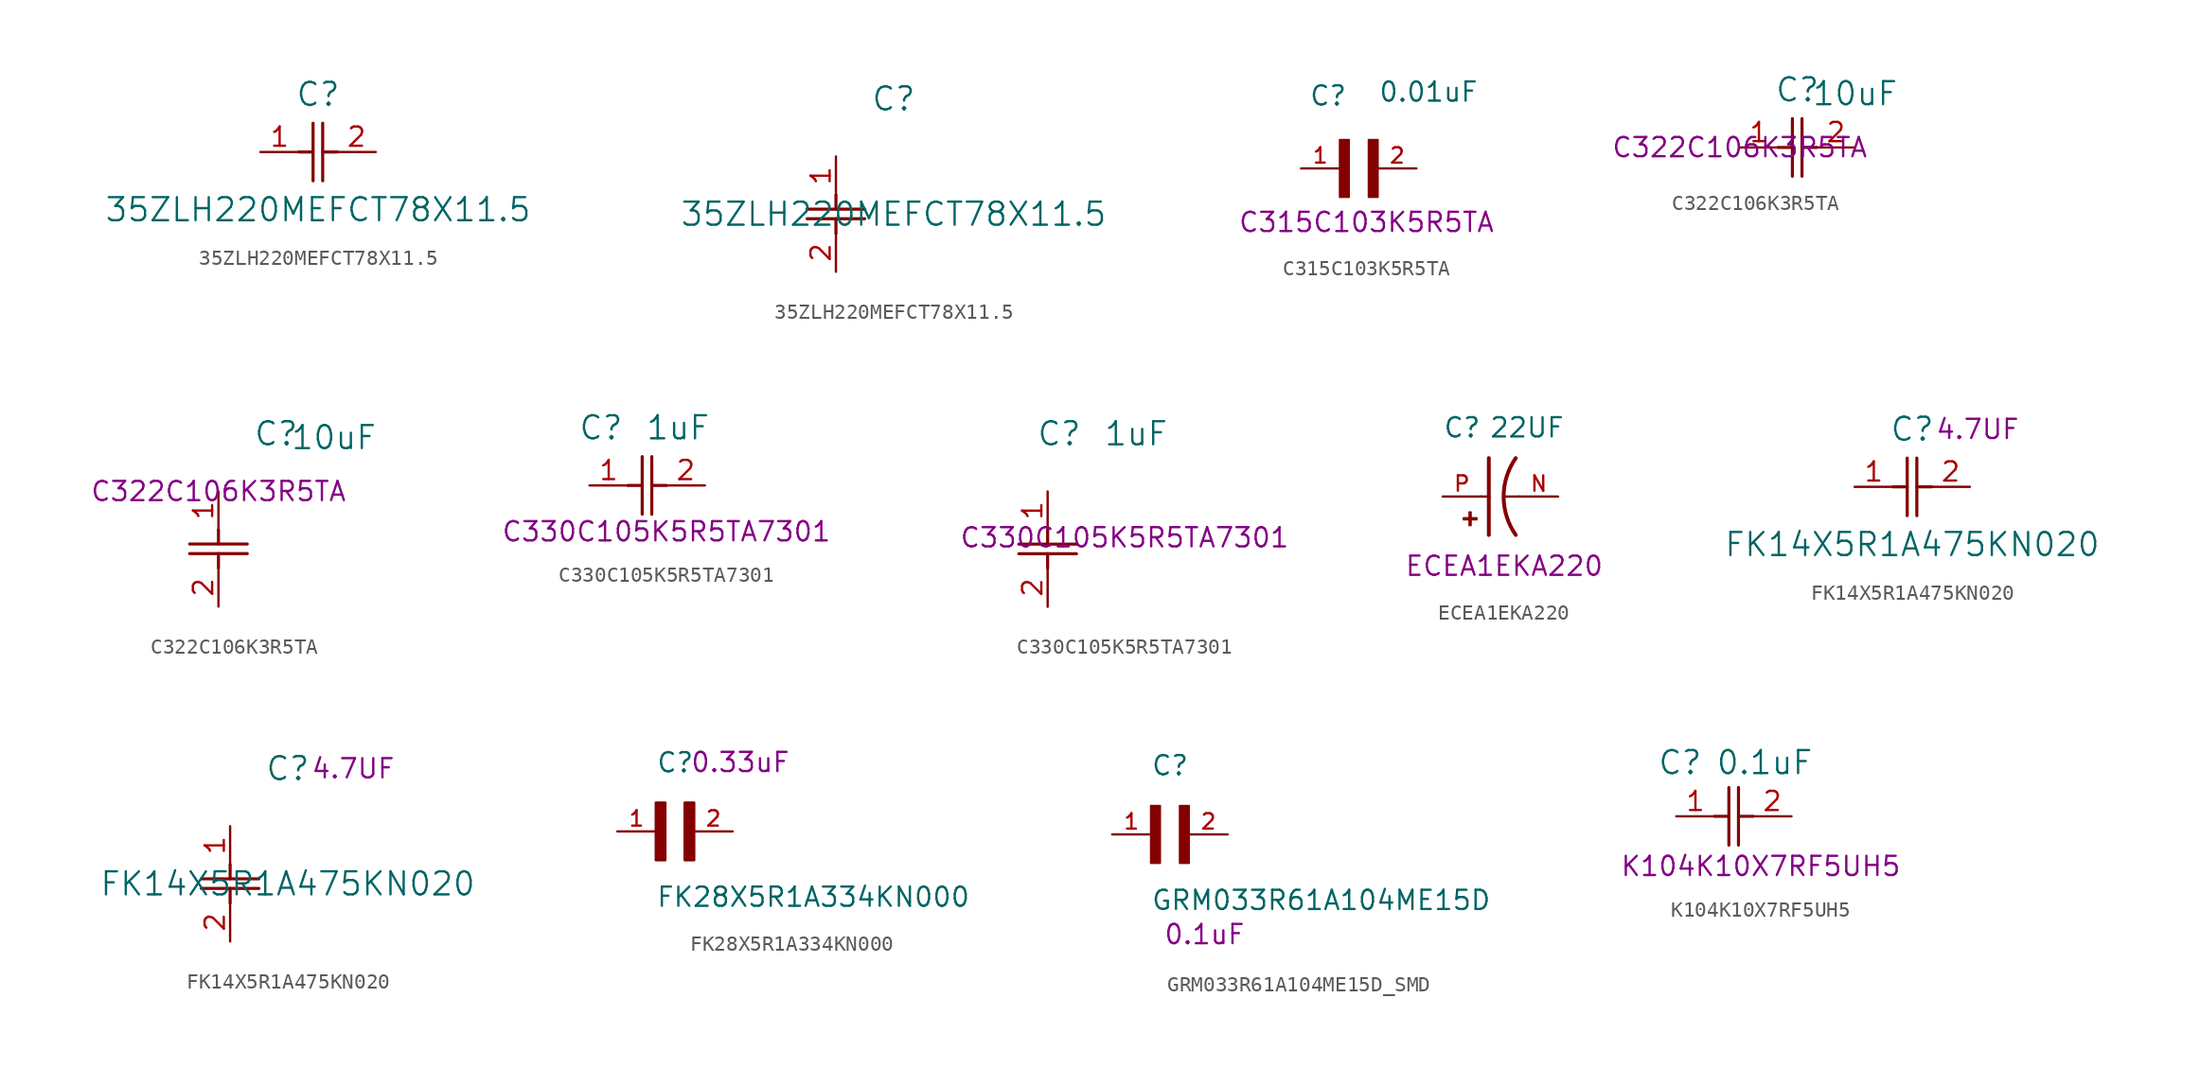
<source format=kicad_sym>
(kicad_symbol_lib
  (version 20241209)
  (generator "kicad_symbol_editor")
  (generator_version "9.0")
  (symbol "35ZLH220MEFCT78X11.5"
    (pin_names
      (offset 0.254))
    (property "Reference" "C"
      (at 3.81 3.81 0)
      (effects (font (size 1.524 1.524))))
    (property "Value" "35ZLH220MEFCT78X11.5"
      (at 3.81 -3.81 0)
      (effects (font (size 1.524 1.524))))
    (property "ki_locked" ""
      (at 0 0 0)
      (effects (font (size 1.27 1.27))))
    (symbol "35ZLH220MEFCT78X11.5_1_1"
      (polyline (pts (xy 2.54 0) (xy 3.48 0)) (stroke (width 0.203) (type default)) (fill (type none)))
      (polyline (pts (xy 3.48 -1.905) (xy 3.48 1.905)) (stroke (width 0.203) (type default)) (fill (type none)))
      (polyline (pts (xy 4.115 0) (xy 5.08 0)) (stroke (width 0.203) (type default)) (fill (type none)))
      (polyline (pts (xy 4.115 -1.905) (xy 4.115 1.905)) (stroke (width 0.203) (type default)) (fill (type none)))
      (pin unspecified line (at 0 0 0) (length 2.54) (name "" (effects (font (size 1.27 1.27)))) (number "1" (effects (font (size 1.27 1.27)))))
      (pin unspecified line (at 7.62 0 180) (length 2.54) (name "" (effects (font (size 1.27 1.27)))) (number "2" (effects (font (size 1.27 1.27))))))
    (symbol "35ZLH220MEFCT78X11.5_1_2"
      (polyline (pts (xy -1.905 -3.48) (xy 1.905 -3.48)) (stroke (width 0.203) (type default)) (fill (type none)))
      (polyline (pts (xy -1.905 -4.115) (xy 1.905 -4.115)) (stroke (width 0.203) (type default)) (fill (type none)))
      (polyline (pts (xy 0 -2.54) (xy 0 -3.48)) (stroke (width 0.203) (type default)) (fill (type none)))
      (polyline (pts (xy 0 -4.115) (xy 0 -5.08)) (stroke (width 0.203) (type default)) (fill (type none)))
      (pin unspecified line (at 0 0 270) (length 2.54) (name "" (effects (font (size 1.27 1.27)))) (number "1" (effects (font (size 1.27 1.27)))))
      (pin unspecified line (at 0 -7.62 90) (length 2.54) (name "" (effects (font (size 1.27 1.27)))) (number "2" (effects (font (size 1.27 1.27)))))))
  (symbol "C315C103K5R5TA"
    (pin_names
      (offset 1.016))
    (property "Reference" "C"
      (at -2.032 4.064 0)
      (effects (font (size 1.27 1.27)) (justify left bottom)))
    (property "Value" "0.01uF"
      (at 2.54 4.318 0)
      (effects (font (size 1.27 1.27)) (justify left bottom)))
    (property "PN" "C315C103K5R5TA"
      (at 1.778 -3.556 0)
      (effects (font (size 1.27 1.27))))
    (symbol "C315C103K5R5TA_0_0"
      (rectangle (start 0 -1.907) (end 0.635 1.905) (stroke (width 0.1) (type default)) (fill (type outline)))
      (rectangle (start 1.907 -1.907) (end 2.54 1.905) (stroke (width 0.1) (type default)) (fill (type outline)))
      (pin passive line (at -2.54 0 0) (length 2.54) (name "~" (effects (font (size 1.016 1.016)))) (number "1" (effects (font (size 1.016 1.016)))))
      (pin passive line (at 5.08 0 180) (length 2.54) (name "~" (effects (font (size 1.016 1.016)))) (number "2" (effects (font (size 1.016 1.016)))))))
  (symbol "C322C106K3R5TA"
    (pin_names
      (offset 0.254))
    (property "Reference" "C"
      (at 3.81 3.81 0)
      (effects (font (size 1.524 1.524))))
    (property "Value" "10uF"
      (at 7.62 3.556 0)
      (effects (font (size 1.524 1.524))))
    (property "PN" "C322C106K3R5TA"
      (at 0 0 0)
      (effects (font (size 1.27 1.27))))
    (symbol "C322C106K3R5TA_1_1"
      (polyline (pts (xy 2.54 0) (xy 3.48 0)) (stroke (width 0.203) (type default)) (fill (type none)))
      (polyline (pts (xy 3.48 -1.905) (xy 3.48 1.905)) (stroke (width 0.203) (type default)) (fill (type none)))
      (polyline (pts (xy 4.115 0) (xy 5.08 0)) (stroke (width 0.203) (type default)) (fill (type none)))
      (polyline (pts (xy 4.115 -1.905) (xy 4.115 1.905)) (stroke (width 0.203) (type default)) (fill (type none)))
      (pin unspecified line (at 0 0 0) (length 2.54) (name "" (effects (font (size 1.27 1.27)))) (number "1" (effects (font (size 1.27 1.27)))))
      (pin unspecified line (at 7.62 0 180) (length 2.54) (name "" (effects (font (size 1.27 1.27)))) (number "2" (effects (font (size 1.27 1.27))))))
    (symbol "C322C106K3R5TA_1_2"
      (polyline (pts (xy -1.905 -3.48) (xy 1.905 -3.48)) (stroke (width 0.203) (type default)) (fill (type none)))
      (polyline (pts (xy -1.905 -4.115) (xy 1.905 -4.115)) (stroke (width 0.203) (type default)) (fill (type none)))
      (polyline (pts (xy 0 -2.54) (xy 0 -3.48)) (stroke (width 0.203) (type default)) (fill (type none)))
      (polyline (pts (xy 0 -4.115) (xy 0 -5.08)) (stroke (width 0.203) (type default)) (fill (type none)))
      (pin unspecified line (at 0 0 270) (length 2.54) (name "" (effects (font (size 1.27 1.27)))) (number "1" (effects (font (size 1.27 1.27)))))
      (pin unspecified line (at 0 -7.62 90) (length 2.54) (name "" (effects (font (size 1.27 1.27)))) (number "2" (effects (font (size 1.27 1.27)))))))
  (symbol "C330C105K5R5TA7301"
    (pin_names
      (offset 0.254))
    (property "Reference" "C"
      (at 0.762 3.81 0)
      (effects (font (size 1.524 1.524))))
    (property "Value" "1uF"
      (at 5.842 3.81 0)
      (effects (font (size 1.524 1.524))))
    (property "PN" "C330C105K5R5TA7301"
      (at 5.08 -3.048 0)
      (effects (font (size 1.27 1.27))))
    (symbol "C330C105K5R5TA7301_1_1"
      (polyline (pts (xy 2.54 0) (xy 3.48 0)) (stroke (width 0.203) (type default)) (fill (type none)))
      (polyline (pts (xy 3.48 -1.905) (xy 3.48 1.905)) (stroke (width 0.203) (type default)) (fill (type none)))
      (polyline (pts (xy 4.115 0) (xy 5.08 0)) (stroke (width 0.203) (type default)) (fill (type none)))
      (polyline (pts (xy 4.115 -1.905) (xy 4.115 1.905)) (stroke (width 0.203) (type default)) (fill (type none)))
      (pin unspecified line (at 0 0 0) (length 2.54) (name "" (effects (font (size 1.27 1.27)))) (number "1" (effects (font (size 1.27 1.27)))))
      (pin unspecified line (at 7.62 0 180) (length 2.54) (name "" (effects (font (size 1.27 1.27)))) (number "2" (effects (font (size 1.27 1.27))))))
    (symbol "C330C105K5R5TA7301_1_2"
      (polyline (pts (xy -1.905 -3.48) (xy 1.905 -3.48)) (stroke (width 0.203) (type default)) (fill (type none)))
      (polyline (pts (xy -1.905 -4.115) (xy 1.905 -4.115)) (stroke (width 0.203) (type default)) (fill (type none)))
      (polyline (pts (xy 0 -2.54) (xy 0 -3.48)) (stroke (width 0.203) (type default)) (fill (type none)))
      (polyline (pts (xy 0 -4.115) (xy 0 -5.08)) (stroke (width 0.203) (type default)) (fill (type none)))
      (pin unspecified line (at 0 0 270) (length 2.54) (name "" (effects (font (size 1.27 1.27)))) (number "1" (effects (font (size 1.27 1.27)))))
      (pin unspecified line (at 0 -7.62 90) (length 2.54) (name "" (effects (font (size 1.27 1.27)))) (number "2" (effects (font (size 1.27 1.27)))))))
  (symbol "ECEA1EKA220"
    (pin_names
      (offset 1.016))
    (property "Reference" "C"
      (at -2.54 3.81 0)
      (effects (font (size 1.27 1.27)) (justify left bottom)))
    (property "Value" "22UF"
      (at 0.508 3.81 0)
      (effects (font (size 1.27 1.27)) (justify left bottom)))
    (property "Description" "ECEA1EKA220"
      (at 1.524 -5.334 0)
      (effects (font (size 1.27 1.27)) (justify bottom)))
    (symbol "ECEA1EKA220_0_0"
      (rectangle (start -1.173 -1.532) (end -0.284 -1.405) (stroke (width 0.1) (type default)) (fill (type outline)))
      (rectangle (start -0.792 -1.913) (end -0.665 -1.024) (stroke (width 0.1) (type default)) (fill (type outline)))
      (polyline (pts (xy 0 0) (xy 0.508 0)) (stroke (width 0.152) (type default)) (fill (type none)))
      (polyline (pts (xy 0.508 2.54) (xy 0.508 0)) (stroke (width 0.254) (type default)) (fill (type none)))
      (polyline (pts (xy 0.508 0) (xy 0.508 -2.54)) (stroke (width 0.254) (type default)) (fill (type none)))
      (polyline (pts (xy 2.54 0) (xy 1.524 0)) (stroke (width 0.152) (type default)) (fill (type none)))
      (arc (start 2.286 -2.54) (mid 1.4851 0) (end 2.286 2.54) (stroke (width 0.254) (type default)) (fill (type none)))
      (pin passive line (at -2.54 0 0) (length 2.54) (name "~" (effects (font (size 1.016 1.016)))) (number "P" (effects (font (size 1.016 1.016)))))
      (pin passive line (at 5.08 0 180) (length 2.54) (name "~" (effects (font (size 1.016 1.016)))) (number "N" (effects (font (size 1.016 1.016)))))))
  (symbol "FK14X5R1A475KN020"
    (pin_names
      (offset 0.254))
    (property "Reference" "C"
      (at 3.81 3.81 0)
      (effects (font (size 1.524 1.524))))
    (property "Value" "FK14X5R1A475KN020"
      (at 3.81 -3.81 0)
      (effects (font (size 1.524 1.524))))
    (property "Cap" "4.7UF"
      (at 8.128 3.81 0)
      (effects (font (size 1.27 1.27))))
    (symbol "FK14X5R1A475KN020_1_1"
      (polyline (pts (xy 2.54 0) (xy 3.48 0)) (stroke (width 0.203) (type default)) (fill (type none)))
      (polyline (pts (xy 3.48 -1.905) (xy 3.48 1.905)) (stroke (width 0.203) (type default)) (fill (type none)))
      (polyline (pts (xy 4.115 0) (xy 5.08 0)) (stroke (width 0.203) (type default)) (fill (type none)))
      (polyline (pts (xy 4.115 -1.905) (xy 4.115 1.905)) (stroke (width 0.203) (type default)) (fill (type none)))
      (pin unspecified line (at 0 0 0) (length 2.54) (name "" (effects (font (size 1.27 1.27)))) (number "1" (effects (font (size 1.27 1.27)))))
      (pin unspecified line (at 7.62 0 180) (length 2.54) (name "" (effects (font (size 1.27 1.27)))) (number "2" (effects (font (size 1.27 1.27))))))
    (symbol "FK14X5R1A475KN020_1_2"
      (polyline (pts (xy -1.905 -3.48) (xy 1.905 -3.48)) (stroke (width 0.203) (type default)) (fill (type none)))
      (polyline (pts (xy -1.905 -4.115) (xy 1.905 -4.115)) (stroke (width 0.203) (type default)) (fill (type none)))
      (polyline (pts (xy 0 -2.54) (xy 0 -3.48)) (stroke (width 0.203) (type default)) (fill (type none)))
      (polyline (pts (xy 0 -4.115) (xy 0 -5.08)) (stroke (width 0.203) (type default)) (fill (type none)))
      (pin unspecified line (at 0 0 270) (length 2.54) (name "" (effects (font (size 1.27 1.27)))) (number "1" (effects (font (size 1.27 1.27)))))
      (pin unspecified line (at 0 -7.62 90) (length 2.54) (name "" (effects (font (size 1.27 1.27)))) (number "2" (effects (font (size 1.27 1.27)))))))
  (symbol "FK28X5R1A334KN000"
    (pin_names
      (offset 1.016)
      (hide yes))
    (property "Reference" "C"
      (at 0 3.81 0)
      (effects (font (size 1.27 1.27)) (justify left bottom)))
    (property "Value" "FK28X5R1A334KN000"
      (at 0 -5.08 0)
      (effects (font (size 1.27 1.27)) (justify left bottom)))
    (property "Cap" "0.33uF"
      (at 5.588 4.572 0)
      (effects (font (size 1.27 1.27))))
    (symbol "FK28X5R1A334KN000_0_0"
      (rectangle (start 0 -1.905) (end 0.635 1.905) (stroke (width 0) (type solid)) (fill (type outline)))
      (rectangle (start 1.905 -1.905) (end 2.54 1.905) (stroke (width 0) (type solid)) (fill (type outline)))
      (pin passive line (at -2.54 0 0) (length 2.54) (name "~" (effects (font (size 1.016 1.016)))) (number "1" (effects (font (size 1.016 1.016)))))
      (pin passive line (at 5.08 0 180) (length 2.54) (name "~" (effects (font (size 1.016 1.016)))) (number "2" (effects (font (size 1.016 1.016)))))))
  (symbol "GRM033R61A104ME15D_SMD"
    (pin_names
      (offset 1.016))
    (property "Reference" "C"
      (at 0 3.811 0)
      (effects (font (size 1.27 1.27)) (justify left bottom)))
    (property "Value" "GRM033R61A104ME15D"
      (at 0 -5.088 0)
      (effects (font (size 1.27 1.27)) (justify left bottom)))
    (property "Capacitance" "0.1uF"
      (at 3.556 -6.604 0)
      (effects (font (size 1.27 1.27))))
    (symbol "GRM033R61A104ME15D_SMD_0_0"
      (rectangle (start 0 -1.907) (end 0.635 1.905) (stroke (width 0.1) (type default)) (fill (type outline)))
      (rectangle (start 1.907 -1.907) (end 2.54 1.905) (stroke (width 0.1) (type default)) (fill (type outline)))
      (pin passive line (at -2.54 0 0) (length 2.54) (name "~" (effects (font (size 1.016 1.016)))) (number "1" (effects (font (size 1.016 1.016)))))
      (pin passive line (at 5.08 0 180) (length 2.54) (name "~" (effects (font (size 1.016 1.016)))) (number "2" (effects (font (size 1.016 1.016)))))))
  (symbol "K104K10X7RF5UH5"
    (pin_names
      (offset 0.254))
    (property "Reference" "C"
      (at 0.254 3.556 0)
      (effects (font (size 1.524 1.524))))
    (property "Value" "0.1uF"
      (at 5.842 3.556 0)
      (effects (font (size 1.524 1.524))))
    (property "PN" "K104K10X7RF5UH5"
      (at 5.588 -3.302 0)
      (effects (font (size 1.27 1.27))))
    (symbol "K104K10X7RF5UH5_0_1"
      (polyline (pts (xy 2.54 0) (xy 3.48 0)) (stroke (width 0.203) (type default)) (fill (type none)))
      (polyline (pts (xy 3.48 -1.905) (xy 3.48 1.905)) (stroke (width 0.203) (type default)) (fill (type none)))
      (polyline (pts (xy 4.115 0) (xy 5.08 0)) (stroke (width 0.203) (type default)) (fill (type none)))
      (polyline (pts (xy 4.115 -1.905) (xy 4.115 1.905)) (stroke (width 0.203) (type default)) (fill (type none)))
      (pin unspecified line (at 0 0 0) (length 2.54) (name "" (effects (font (size 1.27 1.27)))) (number "1" (effects (font (size 1.27 1.27)))))
      (pin unspecified line (at 7.62 0 180) (length 2.54) (name "" (effects (font (size 1.27 1.27)))) (number "2" (effects (font (size 1.27 1.27))))))))
</source>
